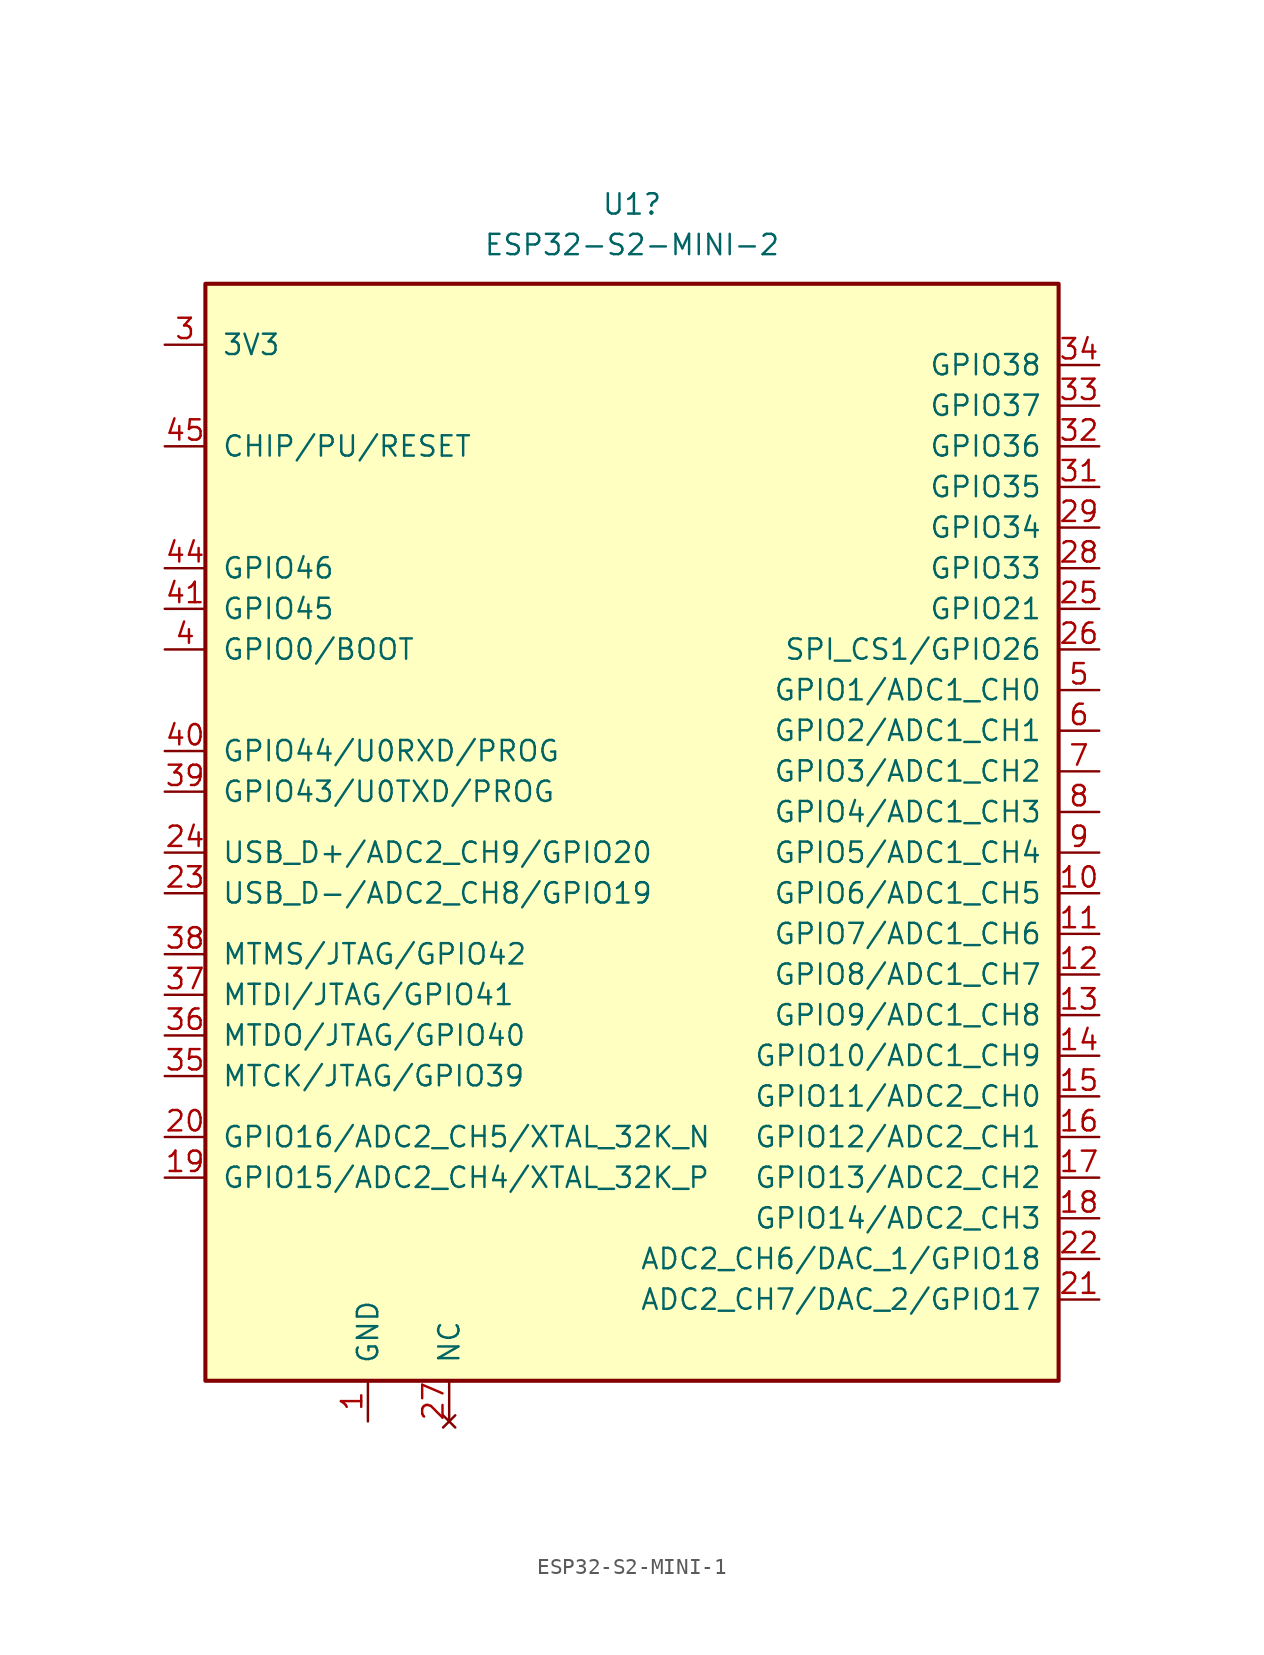
<source format=kicad_sym>
(kicad_symbol_lib
  (version 20211014)
  (generator kicad_symbol_editor)
  (symbol "ESP32-S2-MINI-1"
    (pin_names
      (offset 1.016))
    (property "Reference" "U1"
      (at -5.08 60.85 0)
      (effects (font (size 1.27 1.27))))
    (property "Value" "ESP32-S2-MINI-2"
      (at -5.08 58.313 0)
      (effects (font (size 1.27 1.27))))
    (symbol "ESP32-S2-MINI-1_0_0"
      (pin power_in line (at -21.59 -15.24 90) (length 2.54) (name "GND" (effects (font (size 1.27 1.27)))) (number "1" (effects (font (size 1.27 1.27)))))
      (pin passive line (at -34.29 -10.16 0) (length 2.54) hide (name "GND" (effects (font (size 1.27 1.27)))) (number "43" (effects (font (size 1.27 1.27)))))
      (pin input line (at -34.29 38.1 0) (length 2.54) (name "GPIO46" (effects (font (size 1.27 1.27)))) (number "44" (effects (font (size 1.27 1.27)))))
      (pin bidirectional line (at -34.29 45.72 0) (length 2.54) (name "CHIP/PU/RESET" (effects (font (size 1.27 1.27)))) (number "45" (effects (font (size 1.27 1.27)))))
      (pin passive line (at -34.29 -10.16 0) (length 2.54) hide (name "GND" (effects (font (size 1.27 1.27)))) (number "46" (effects (font (size 1.27 1.27)))))
      (pin passive line (at -34.29 -10.16 0) (length 2.54) hide (name "GND" (effects (font (size 1.27 1.27)))) (number "47" (effects (font (size 1.27 1.27)))))
      (pin passive line (at -34.29 -10.16 0) (length 2.54) hide (name "GND" (effects (font (size 1.27 1.27)))) (number "48" (effects (font (size 1.27 1.27)))))
      (pin passive line (at -34.29 -10.16 0) (length 2.54) hide (name "GND" (effects (font (size 1.27 1.27)))) (number "49" (effects (font (size 1.27 1.27)))))
      (pin passive line (at -34.29 -10.16 0) (length 2.54) hide (name "GND" (effects (font (size 1.27 1.27)))) (number "50" (effects (font (size 1.27 1.27)))))
      (pin passive line (at -34.29 -10.16 0) (length 2.54) hide (name "GND" (effects (font (size 1.27 1.27)))) (number "51" (effects (font (size 1.27 1.27)))))
      (pin passive line (at -34.29 -10.16 0) (length 2.54) hide (name "GND" (effects (font (size 1.27 1.27)))) (number "52" (effects (font (size 1.27 1.27)))))
      (pin passive line (at -34.29 -10.16 0) (length 2.54) hide (name "GND" (effects (font (size 1.27 1.27)))) (number "53" (effects (font (size 1.27 1.27)))))
      (pin passive line (at -34.29 -10.16 0) (length 2.54) hide (name "GND" (effects (font (size 1.27 1.27)))) (number "54" (effects (font (size 1.27 1.27)))))
      (pin passive line (at -34.29 -10.16 0) (length 2.54) hide (name "GND" (effects (font (size 1.27 1.27)))) (number "55" (effects (font (size 1.27 1.27)))))
      (pin passive line (at -34.29 -10.16 0) (length 2.54) hide (name "GND" (effects (font (size 1.27 1.27)))) (number "56" (effects (font (size 1.27 1.27)))))
      (pin passive line (at -34.29 -10.16 0) (length 2.54) hide (name "GND" (effects (font (size 1.27 1.27)))) (number "57" (effects (font (size 1.27 1.27)))))
      (pin passive line (at -34.29 -10.16 0) (length 2.54) hide (name "GND" (effects (font (size 1.27 1.27)))) (number "58" (effects (font (size 1.27 1.27)))))
      (pin passive line (at -34.29 -10.16 0) (length 2.54) hide (name "GND" (effects (font (size 1.27 1.27)))) (number "59" (effects (font (size 1.27 1.27)))))
      (pin passive line (at -34.29 -10.16 0) (length 2.54) hide (name "GND" (effects (font (size 1.27 1.27)))) (number "60" (effects (font (size 1.27 1.27)))))
      (pin passive line (at -34.29 -10.16 0) (length 2.54) hide (name "GND" (effects (font (size 1.27 1.27)))) (number "61" (effects (font (size 1.27 1.27)))))
      (pin passive line (at -34.29 -10.16 0) (length 2.54) hide (name "GND" (effects (font (size 1.27 1.27)))) (number "62" (effects (font (size 1.27 1.27)))))
      (pin passive line (at -34.29 -10.16 0) (length 2.54) hide (name "GND" (effects (font (size 1.27 1.27)))) (number "63" (effects (font (size 1.27 1.27)))))
      (pin passive line (at -34.29 -10.16 0) (length 2.54) hide (name "GND" (effects (font (size 1.27 1.27)))) (number "64" (effects (font (size 1.27 1.27)))))
      (pin passive line (at -34.29 -10.16 0) (length 2.54) hide (name "GND" (effects (font (size 1.27 1.27)))) (number "65" (effects (font (size 1.27 1.27))))))
    (symbol "ESP32-S2-MINI-1_1_1"
      (rectangle (start -31.75 55.88) (end 21.59 -12.7) (stroke (width 0.254) (type default) (color 0 0 0 0)) (fill (type background)))
      (pin bidirectional line (at 24.13 17.78 180) (length 2.54) (name "GPIO6/ADC1_CH5" (effects (font (size 1.27 1.27)))) (number "10" (effects (font (size 1.27 1.27)))))
      (pin bidirectional line (at 24.13 15.24 180) (length 2.54) (name "GPIO7/ADC1_CH6" (effects (font (size 1.27 1.27)))) (number "11" (effects (font (size 1.27 1.27)))))
      (pin bidirectional line (at 24.13 12.7 180) (length 2.54) (name "GPIO8/ADC1_CH7" (effects (font (size 1.27 1.27)))) (number "12" (effects (font (size 1.27 1.27)))))
      (pin bidirectional line (at 24.13 10.16 180) (length 2.54) (name "GPIO9/ADC1_CH8" (effects (font (size 1.27 1.27)))) (number "13" (effects (font (size 1.27 1.27)))))
      (pin bidirectional line (at 24.13 7.62 180) (length 2.54) (name "GPIO10/ADC1_CH9" (effects (font (size 1.27 1.27)))) (number "14" (effects (font (size 1.27 1.27)))))
      (pin bidirectional line (at 24.13 5.08 180) (length 2.54) (name "GPIO11/ADC2_CH0" (effects (font (size 1.27 1.27)))) (number "15" (effects (font (size 1.27 1.27)))))
      (pin bidirectional line (at 24.13 2.54 180) (length 2.54) (name "GPIO12/ADC2_CH1" (effects (font (size 1.27 1.27)))) (number "16" (effects (font (size 1.27 1.27)))))
      (pin bidirectional line (at 24.13 0 180) (length 2.54) (name "GPIO13/ADC2_CH2" (effects (font (size 1.27 1.27)))) (number "17" (effects (font (size 1.27 1.27)))))
      (pin bidirectional line (at 24.13 -2.54 180) (length 2.54) (name "GPIO14/ADC2_CH3" (effects (font (size 1.27 1.27)))) (number "18" (effects (font (size 1.27 1.27)))))
      (pin bidirectional line (at -34.29 0 0) (length 2.54) (name "GPIO15/ADC2_CH4/XTAL_32K_P" (effects (font (size 1.27 1.27)))) (number "19" (effects (font (size 1.27 1.27)))))
      (pin passive line (at -34.29 -10.16 0) (length 2.54) hide (name "GND" (effects (font (size 1.27 1.27)))) (number "2" (effects (font (size 1.27 1.27)))))
      (pin bidirectional line (at -34.29 2.54 0) (length 2.54) (name "GPIO16/ADC2_CH5/XTAL_32K_N" (effects (font (size 1.27 1.27)))) (number "20" (effects (font (size 1.27 1.27)))))
      (pin bidirectional line (at 24.13 -7.62 180) (length 2.54) (name "ADC2_CH7/DAC_2/GPIO17" (effects (font (size 1.27 1.27)))) (number "21" (effects (font (size 1.27 1.27)))))
      (pin bidirectional line (at 24.13 -5.08 180) (length 2.54) (name "ADC2_CH6/DAC_1/GPIO18" (effects (font (size 1.27 1.27)))) (number "22" (effects (font (size 1.27 1.27)))))
      (pin bidirectional line (at -34.29 17.78 0) (length 2.54) (name "USB_D-/ADC2_CH8/GPIO19" (effects (font (size 1.27 1.27)))) (number "23" (effects (font (size 1.27 1.27)))))
      (pin bidirectional line (at -34.29 20.32 0) (length 2.54) (name "USB_D+/ADC2_CH9/GPIO20" (effects (font (size 1.27 1.27)))) (number "24" (effects (font (size 1.27 1.27)))))
      (pin bidirectional line (at 24.13 35.56 180) (length 2.54) (name "GPIO21" (effects (font (size 1.27 1.27)))) (number "25" (effects (font (size 1.27 1.27)))))
      (pin bidirectional line (at 24.13 33.02 180) (length 2.54) (name "SPI_CS1/GPIO26" (effects (font (size 1.27 1.27)))) (number "26" (effects (font (size 1.27 1.27)))))
      (pin no_connect line (at -16.51 -15.24 90) (length 2.54) (name "NC" (effects (font (size 1.27 1.27)))) (number "27" (effects (font (size 1.27 1.27)))))
      (pin bidirectional line (at 24.13 38.1 180) (length 2.54) (name "GPIO33" (effects (font (size 1.27 1.27)))) (number "28" (effects (font (size 1.27 1.27)))))
      (pin bidirectional line (at 24.13 40.64 180) (length 2.54) (name "GPIO34" (effects (font (size 1.27 1.27)))) (number "29" (effects (font (size 1.27 1.27)))))
      (pin power_in line (at -34.29 52.07 0) (length 2.54) (name "3V3" (effects (font (size 1.27 1.27)))) (number "3" (effects (font (size 1.27 1.27)))))
      (pin passive line (at -34.29 -10.16 0) (length 2.54) hide (name "GND" (effects (font (size 1.27 1.27)))) (number "30" (effects (font (size 1.27 1.27)))))
      (pin bidirectional line (at 24.13 43.18 180) (length 2.54) (name "GPIO35" (effects (font (size 1.27 1.27)))) (number "31" (effects (font (size 1.27 1.27)))))
      (pin bidirectional line (at 24.13 45.72 180) (length 2.54) (name "GPIO36" (effects (font (size 1.27 1.27)))) (number "32" (effects (font (size 1.27 1.27)))))
      (pin bidirectional line (at 24.13 48.26 180) (length 2.54) (name "GPIO37" (effects (font (size 1.27 1.27)))) (number "33" (effects (font (size 1.27 1.27)))))
      (pin bidirectional line (at 24.13 50.8 180) (length 2.54) (name "GPIO38" (effects (font (size 1.27 1.27)))) (number "34" (effects (font (size 1.27 1.27)))))
      (pin bidirectional line (at -34.29 6.35 0) (length 2.54) (name "MTCK/JTAG/GPIO39" (effects (font (size 1.27 1.27)))) (number "35" (effects (font (size 1.27 1.27)))))
      (pin bidirectional line (at -34.29 8.89 0) (length 2.54) (name "MTDO/JTAG/GPIO40" (effects (font (size 1.27 1.27)))) (number "36" (effects (font (size 1.27 1.27)))))
      (pin bidirectional line (at -34.29 11.43 0) (length 2.54) (name "MTDI/JTAG/GPIO41" (effects (font (size 1.27 1.27)))) (number "37" (effects (font (size 1.27 1.27)))))
      (pin bidirectional line (at -34.29 13.97 0) (length 2.54) (name "MTMS/JTAG/GPIO42" (effects (font (size 1.27 1.27)))) (number "38" (effects (font (size 1.27 1.27)))))
      (pin bidirectional line (at -34.29 24.13 0) (length 2.54) (name "GPIO43/U0TXD/PROG" (effects (font (size 1.27 1.27)))) (number "39" (effects (font (size 1.27 1.27)))))
      (pin bidirectional line (at -34.29 33.02 0) (length 2.54) (name "GPIO0/BOOT" (effects (font (size 1.27 1.27)))) (number "4" (effects (font (size 1.27 1.27)))))
      (pin bidirectional line (at -34.29 26.67 0) (length 2.54) (name "GPIO44/U0RXD/PROG" (effects (font (size 1.27 1.27)))) (number "40" (effects (font (size 1.27 1.27)))))
      (pin bidirectional line (at -34.29 35.56 0) (length 2.54) (name "GPIO45" (effects (font (size 1.27 1.27)))) (number "41" (effects (font (size 1.27 1.27)))))
      (pin passive line (at -34.29 -10.16 0) (length 2.54) hide (name "GND" (effects (font (size 1.27 1.27)))) (number "42" (effects (font (size 1.27 1.27)))))
      (pin bidirectional line (at 24.13 30.48 180) (length 2.54) (name "GPIO1/ADC1_CH0" (effects (font (size 1.27 1.27)))) (number "5" (effects (font (size 1.27 1.27)))))
      (pin bidirectional line (at 24.13 27.94 180) (length 2.54) (name "GPIO2/ADC1_CH1" (effects (font (size 1.27 1.27)))) (number "6" (effects (font (size 1.27 1.27)))))
      (pin bidirectional line (at 24.13 25.4 180) (length 2.54) (name "GPIO3/ADC1_CH2" (effects (font (size 1.27 1.27)))) (number "7" (effects (font (size 1.27 1.27)))))
      (pin bidirectional line (at 24.13 22.86 180) (length 2.54) (name "GPIO4/ADC1_CH3" (effects (font (size 1.27 1.27)))) (number "8" (effects (font (size 1.27 1.27)))))
      (pin bidirectional line (at 24.13 20.32 180) (length 2.54) (name "GPIO5/ADC1_CH4" (effects (font (size 1.27 1.27)))) (number "9" (effects (font (size 1.27 1.27))))))))
</source>
